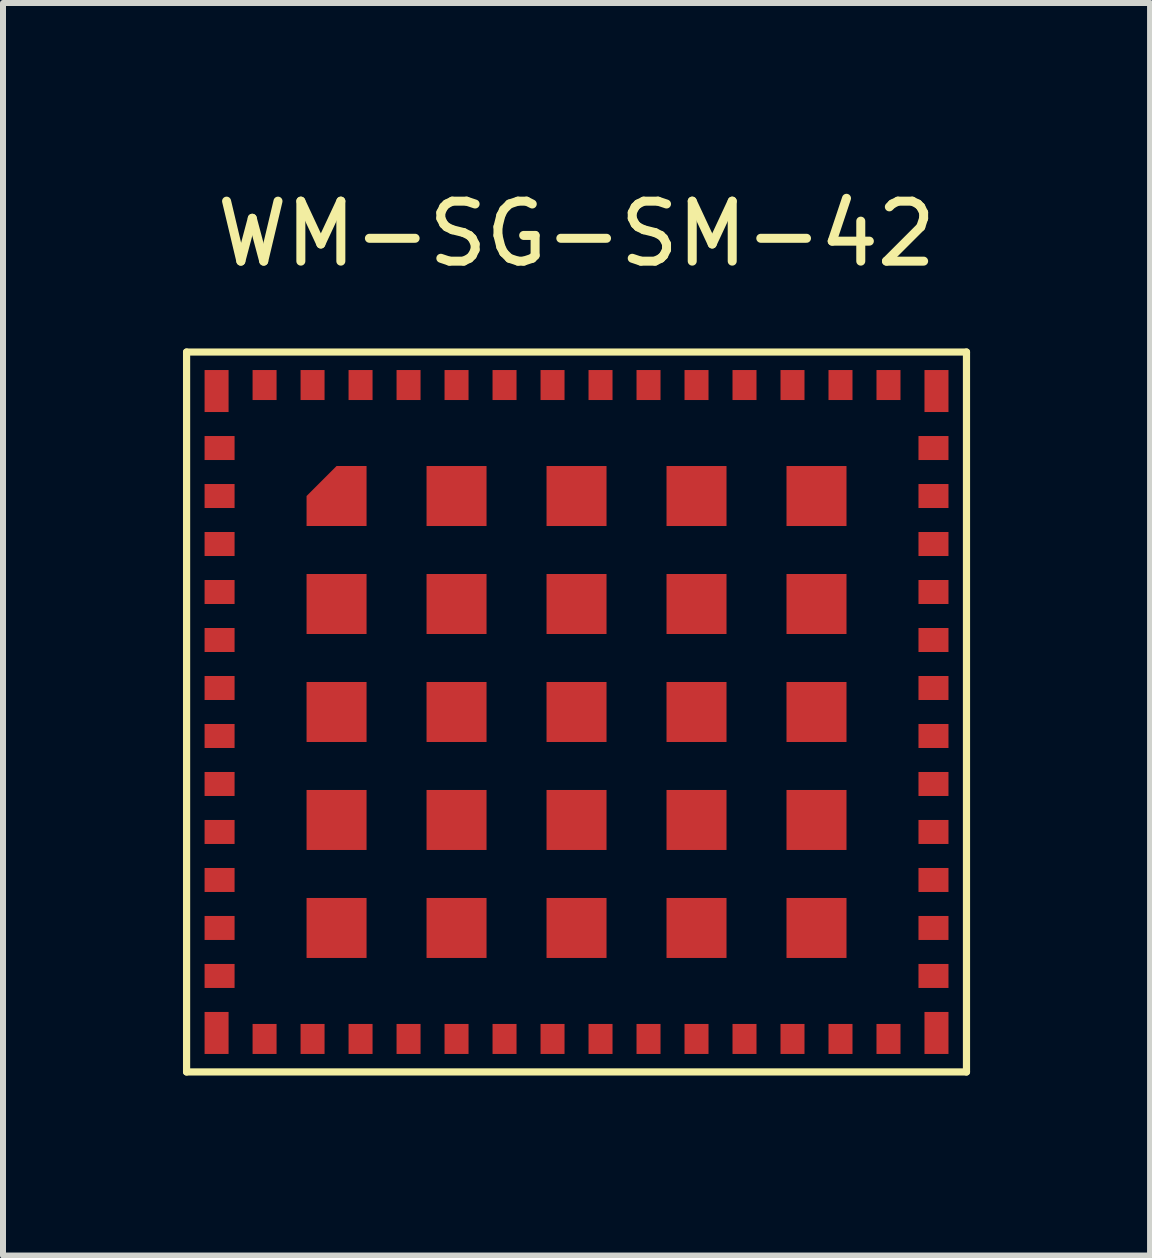
<source format=kicad_pcb>
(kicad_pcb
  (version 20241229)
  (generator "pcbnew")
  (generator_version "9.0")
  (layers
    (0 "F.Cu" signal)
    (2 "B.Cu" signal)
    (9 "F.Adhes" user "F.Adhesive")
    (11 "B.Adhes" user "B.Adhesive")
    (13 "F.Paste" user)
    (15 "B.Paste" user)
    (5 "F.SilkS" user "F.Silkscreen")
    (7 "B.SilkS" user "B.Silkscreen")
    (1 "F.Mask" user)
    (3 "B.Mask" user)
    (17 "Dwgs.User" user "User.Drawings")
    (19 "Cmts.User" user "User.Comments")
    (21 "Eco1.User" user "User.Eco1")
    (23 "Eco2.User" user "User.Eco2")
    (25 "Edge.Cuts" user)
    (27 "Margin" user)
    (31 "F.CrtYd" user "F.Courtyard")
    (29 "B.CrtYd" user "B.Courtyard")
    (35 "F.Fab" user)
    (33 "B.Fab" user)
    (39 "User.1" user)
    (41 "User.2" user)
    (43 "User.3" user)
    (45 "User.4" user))
  (footprint "WM-SG-SM-42"
    (layer "F.Cu")
    (at 6.56 8.818)
    (property "Reference" "WM-SG-SM-42" (at 0 -7.97 0) (layer "F.SilkS") (effects (font (size 1 1) (thickness 0.15))))
    (attr through_hole)
    (fp_line (start -6.5 -6) (end -6.5 6) (stroke (width 0.12) (type solid)) (layer "F.SilkS"))
    (fp_line (start -6.5 6) (end 6.5 6) (stroke (width 0.12) (type solid)) (layer "F.SilkS"))
    (fp_line (start 6.5 -6) (end -6.5 -6) (stroke (width 0.12) (type solid)) (layer "F.SilkS"))
    (fp_line (start 6.5 6) (end 6.5 -6) (stroke (width 0.12) (type solid)) (layer "F.SilkS"))
    (pad "1" smd rect (at -6 -5.35) (size 0.4 0.7) (layers "F.Cu" "F.Mask" "F.Paste"))
    (pad "2" smd rect (at -5.95 -4.4 270) (size 0.4 0.5) (layers "F.Cu" "F.Mask" "F.Paste"))
    (pad "3" smd rect (at -5.95 -3.6 270) (size 0.4 0.5) (layers "F.Cu" "F.Mask" "F.Paste"))
    (pad "4" smd rect (at -5.95 -2.8 270) (size 0.4 0.5) (layers "F.Cu" "F.Mask" "F.Paste"))
    (pad "5" smd rect (at -5.95 -2 270) (size 0.4 0.5) (layers "F.Cu" "F.Mask" "F.Paste"))
    (pad "6" smd rect (at -5.95 -1.2 270) (size 0.4 0.5) (layers "F.Cu" "F.Mask" "F.Paste"))
    (pad "7" smd rect (at -5.95 -0.4 270) (size 0.4 0.5) (layers "F.Cu" "F.Mask" "F.Paste"))
    (pad "8" smd rect (at -5.95 0.4 270) (size 0.4 0.5) (layers "F.Cu" "F.Mask" "F.Paste"))
    (pad "9" smd rect (at -5.95 1.2 270) (size 0.4 0.5) (layers "F.Cu" "F.Mask" "F.Paste"))
    (pad "10" smd rect (at -5.95 2 270) (size 0.4 0.5) (layers "F.Cu" "F.Mask" "F.Paste"))
    (pad "11" smd rect (at -5.95 2.8 270) (size 0.4 0.5) (layers "F.Cu" "F.Mask" "F.Paste"))
    (pad "12" smd rect (at -5.95 3.6 270) (size 0.4 0.5) (layers "F.Cu" "F.Mask" "F.Paste"))
    (pad "13" smd rect (at -5.95 4.4 270) (size 0.4 0.5) (layers "F.Cu" "F.Mask" "F.Paste"))
    (pad "14" smd rect (at -6 5.35) (size 0.4 0.7) (layers "F.Cu" "F.Mask" "F.Paste"))
    (pad "15" smd rect (at -5.2 5.45) (size 0.4 0.5) (layers "F.Cu" "F.Mask" "F.Paste"))
    (pad "16" smd rect (at -4.4 5.45) (size 0.4 0.5) (layers "F.Cu" "F.Mask" "F.Paste"))
    (pad "17" smd rect (at -3.6 5.45) (size 0.4 0.5) (layers "F.Cu" "F.Mask" "F.Paste"))
    (pad "18" smd rect (at -2.8 5.45) (size 0.4 0.5) (layers "F.Cu" "F.Mask" "F.Paste"))
    (pad "19" smd rect (at -2 5.45) (size 0.4 0.5) (layers "F.Cu" "F.Mask" "F.Paste"))
    (pad "20" smd rect (at -1.2 5.45) (size 0.4 0.5) (layers "F.Cu" "F.Mask" "F.Paste"))
    (pad "21" smd rect (at -0.4 5.45) (size 0.4 0.5) (layers "F.Cu" "F.Mask" "F.Paste"))
    (pad "22" smd rect (at 0.4 5.45) (size 0.4 0.5) (layers "F.Cu" "F.Mask" "F.Paste"))
    (pad "23" smd rect (at 1.2 5.45) (size 0.4 0.5) (layers "F.Cu" "F.Mask" "F.Paste"))
    (pad "24" smd rect (at 2 5.45) (size 0.4 0.5) (layers "F.Cu" "F.Mask" "F.Paste"))
    (pad "25" smd rect (at 2.8 5.45) (size 0.4 0.5) (layers "F.Cu" "F.Mask" "F.Paste"))
    (pad "26" smd rect (at 3.6 5.45) (size 0.4 0.5) (layers "F.Cu" "F.Mask" "F.Paste"))
    (pad "27" smd rect (at 4.4 5.45) (size 0.4 0.5) (layers "F.Cu" "F.Mask" "F.Paste"))
    (pad "28" smd rect (at 5.2 5.45) (size 0.4 0.5) (layers "F.Cu" "F.Mask" "F.Paste"))
    (pad "29" smd rect (at 6 5.35) (size 0.4 0.7) (layers "F.Cu" "F.Mask" "F.Paste"))
    (pad "30" smd rect (at 5.95 4.4 270) (size 0.4 0.5) (layers "F.Cu" "F.Mask" "F.Paste"))
    (pad "31" smd rect (at 5.95 3.6 270) (size 0.4 0.5) (layers "F.Cu" "F.Mask" "F.Paste"))
    (pad "32" smd rect (at 5.95 2.8 270) (size 0.4 0.5) (layers "F.Cu" "F.Mask" "F.Paste"))
    (pad "33" smd rect (at 5.95 2 270) (size 0.4 0.5) (layers "F.Cu" "F.Mask" "F.Paste"))
    (pad "34" smd rect (at 5.95 1.2 270) (size 0.4 0.5) (layers "F.Cu" "F.Mask" "F.Paste"))
    (pad "35" smd rect (at 5.95 0.4 270) (size 0.4 0.5) (layers "F.Cu" "F.Mask" "F.Paste"))
    (pad "36" smd rect (at 5.95 -0.4 270) (size 0.4 0.5) (layers "F.Cu" "F.Mask" "F.Paste"))
    (pad "37" smd rect (at 5.95 -1.2 270) (size 0.4 0.5) (layers "F.Cu" "F.Mask" "F.Paste"))
    (pad "38" smd rect (at 5.95 -2 270) (size 0.4 0.5) (layers "F.Cu" "F.Mask" "F.Paste"))
    (pad "39" smd rect (at 5.95 -2.8 270) (size 0.4 0.5) (layers "F.Cu" "F.Mask" "F.Paste"))
    (pad "40" smd rect (at 5.95 -3.6 270) (size 0.4 0.5) (layers "F.Cu" "F.Mask" "F.Paste"))
    (pad "41" smd rect (at 5.95 -4.4 270) (size 0.4 0.5) (layers "F.Cu" "F.Mask" "F.Paste"))
    (pad "42" smd rect (at 6 -5.35) (size 0.4 0.7) (layers "F.Cu" "F.Mask" "F.Paste"))
    (pad "43" smd rect (at 5.2 -5.45) (size 0.4 0.5) (layers "F.Cu" "F.Mask" "F.Paste"))
    (pad "44" smd rect (at 4.4 -5.45) (size 0.4 0.5) (layers "F.Cu" "F.Mask" "F.Paste"))
    (pad "45" smd rect (at 3.6 -5.45) (size 0.4 0.5) (layers "F.Cu" "F.Mask" "F.Paste"))
    (pad "46" smd rect (at 2.8 -5.45) (size 0.4 0.5) (layers "F.Cu" "F.Mask" "F.Paste"))
    (pad "47" smd rect (at 2 -5.45) (size 0.4 0.5) (layers "F.Cu" "F.Mask" "F.Paste"))
    (pad "48" smd rect (at 1.2 -5.45) (size 0.4 0.5) (layers "F.Cu" "F.Mask" "F.Paste"))
    (pad "49" smd rect (at 0.4 -5.45) (size 0.4 0.5) (layers "F.Cu" "F.Mask" "F.Paste"))
    (pad "50" smd rect (at -0.4 -5.45) (size 0.4 0.5) (layers "F.Cu" "F.Mask" "F.Paste"))
    (pad "51" smd rect (at -1.2 -5.45) (size 0.4 0.5) (layers "F.Cu" "F.Mask" "F.Paste"))
    (pad "52" smd rect (at -2 -5.45) (size 0.4 0.5) (layers "F.Cu" "F.Mask" "F.Paste"))
    (pad "53" smd rect (at -2.8 -5.45) (size 0.4 0.5) (layers "F.Cu" "F.Mask" "F.Paste"))
    (pad "54" smd rect (at -3.6 -5.45) (size 0.4 0.5) (layers "F.Cu" "F.Mask" "F.Paste"))
    (pad "55" smd rect (at -4.4 -5.45) (size 0.4 0.5) (layers "F.Cu" "F.Mask" "F.Paste"))
    (pad "56" smd rect (at -5.2 -5.45) (size 0.4 0.5) (layers "F.Cu" "F.Mask" "F.Paste"))
    (pad "57" smd custom (at -4 -3.6) (size 0.1 0.1) (layers "F.Cu" "F.Mask" "F.Paste") (options (anchor rect)) (primitives (gr_poly (pts (xy -0.5 0) (xy -0.5 0.5) (xy 0.5 0.5) (xy 0.5 -0.5) (xy 0 -0.5)) (width 0) (fill yes))))
    (pad "58" smd rect (at -4 -1.8) (size 1 1) (layers "F.Cu" "F.Mask" "F.Paste"))
    (pad "59" smd rect (at -4 0) (size 1 1) (layers "F.Cu" "F.Mask" "F.Paste"))
    (pad "60" smd rect (at -4 1.8) (size 1 1) (layers "F.Cu" "F.Mask" "F.Paste"))
    (pad "61" smd rect (at -4 3.6) (size 1 1) (layers "F.Cu" "F.Mask" "F.Paste"))
    (pad "62" smd rect (at -2 3.6) (size 1 1) (layers "F.Cu" "F.Mask" "F.Paste"))
    (pad "63" smd rect (at 0 3.6) (size 1 1) (layers "F.Cu" "F.Mask" "F.Paste"))
    (pad "64" smd rect (at 2 3.6) (size 1 1) (layers "F.Cu" "F.Mask" "F.Paste"))
    (pad "65" smd rect (at 4 3.6) (size 1 1) (layers "F.Cu" "F.Mask" "F.Paste"))
    (pad "66" smd rect (at 4 1.8) (size 1 1) (layers "F.Cu" "F.Mask" "F.Paste"))
    (pad "67" smd rect (at 4 0) (size 1 1) (layers "F.Cu" "F.Mask" "F.Paste"))
    (pad "68" smd rect (at 4 -1.8) (size 1 1) (layers "F.Cu" "F.Mask" "F.Paste"))
    (pad "69" smd rect (at 4 -3.6) (size 1 1) (layers "F.Cu" "F.Mask" "F.Paste"))
    (pad "70" smd rect (at 2 -3.6) (size 1 1) (layers "F.Cu" "F.Mask" "F.Paste"))
    (pad "71" smd rect (at 0 -3.6) (size 1 1) (layers "F.Cu" "F.Mask" "F.Paste"))
    (pad "72" smd rect (at -2 -3.6) (size 1 1) (layers "F.Cu" "F.Mask" "F.Paste"))
    (pad "73" smd rect (at -2 -1.8) (size 1 1) (layers "F.Cu" "F.Mask" "F.Paste"))
    (pad "74" smd rect (at -2 0) (size 1 1) (layers "F.Cu" "F.Mask" "F.Paste"))
    (pad "75" smd rect (at -2 1.8) (size 1 1) (layers "F.Cu" "F.Mask" "F.Paste"))
    (pad "76" smd rect (at 0 1.8) (size 1 1) (layers "F.Cu" "F.Mask" "F.Paste"))
    (pad "77" smd rect (at 2 1.8) (size 1 1) (layers "F.Cu" "F.Mask" "F.Paste"))
    (pad "78" smd rect (at 2 0) (size 1 1) (layers "F.Cu" "F.Mask" "F.Paste"))
    (pad "79" smd rect (at 2 -1.8) (size 1 1) (layers "F.Cu" "F.Mask" "F.Paste"))
    (pad "80" smd rect (at 0 -1.8) (size 1 1) (layers "F.Cu" "F.Mask" "F.Paste"))
    (pad "81" smd rect (at 0 0) (size 1 1) (layers "F.Cu" "F.Mask" "F.Paste")))
  (gr_rect
    (start -3 -3)
    (end 16.12 17.878)
    (stroke (width 0.1) (type default))
    (fill no)
    (layer "Edge.Cuts")))
</source>
